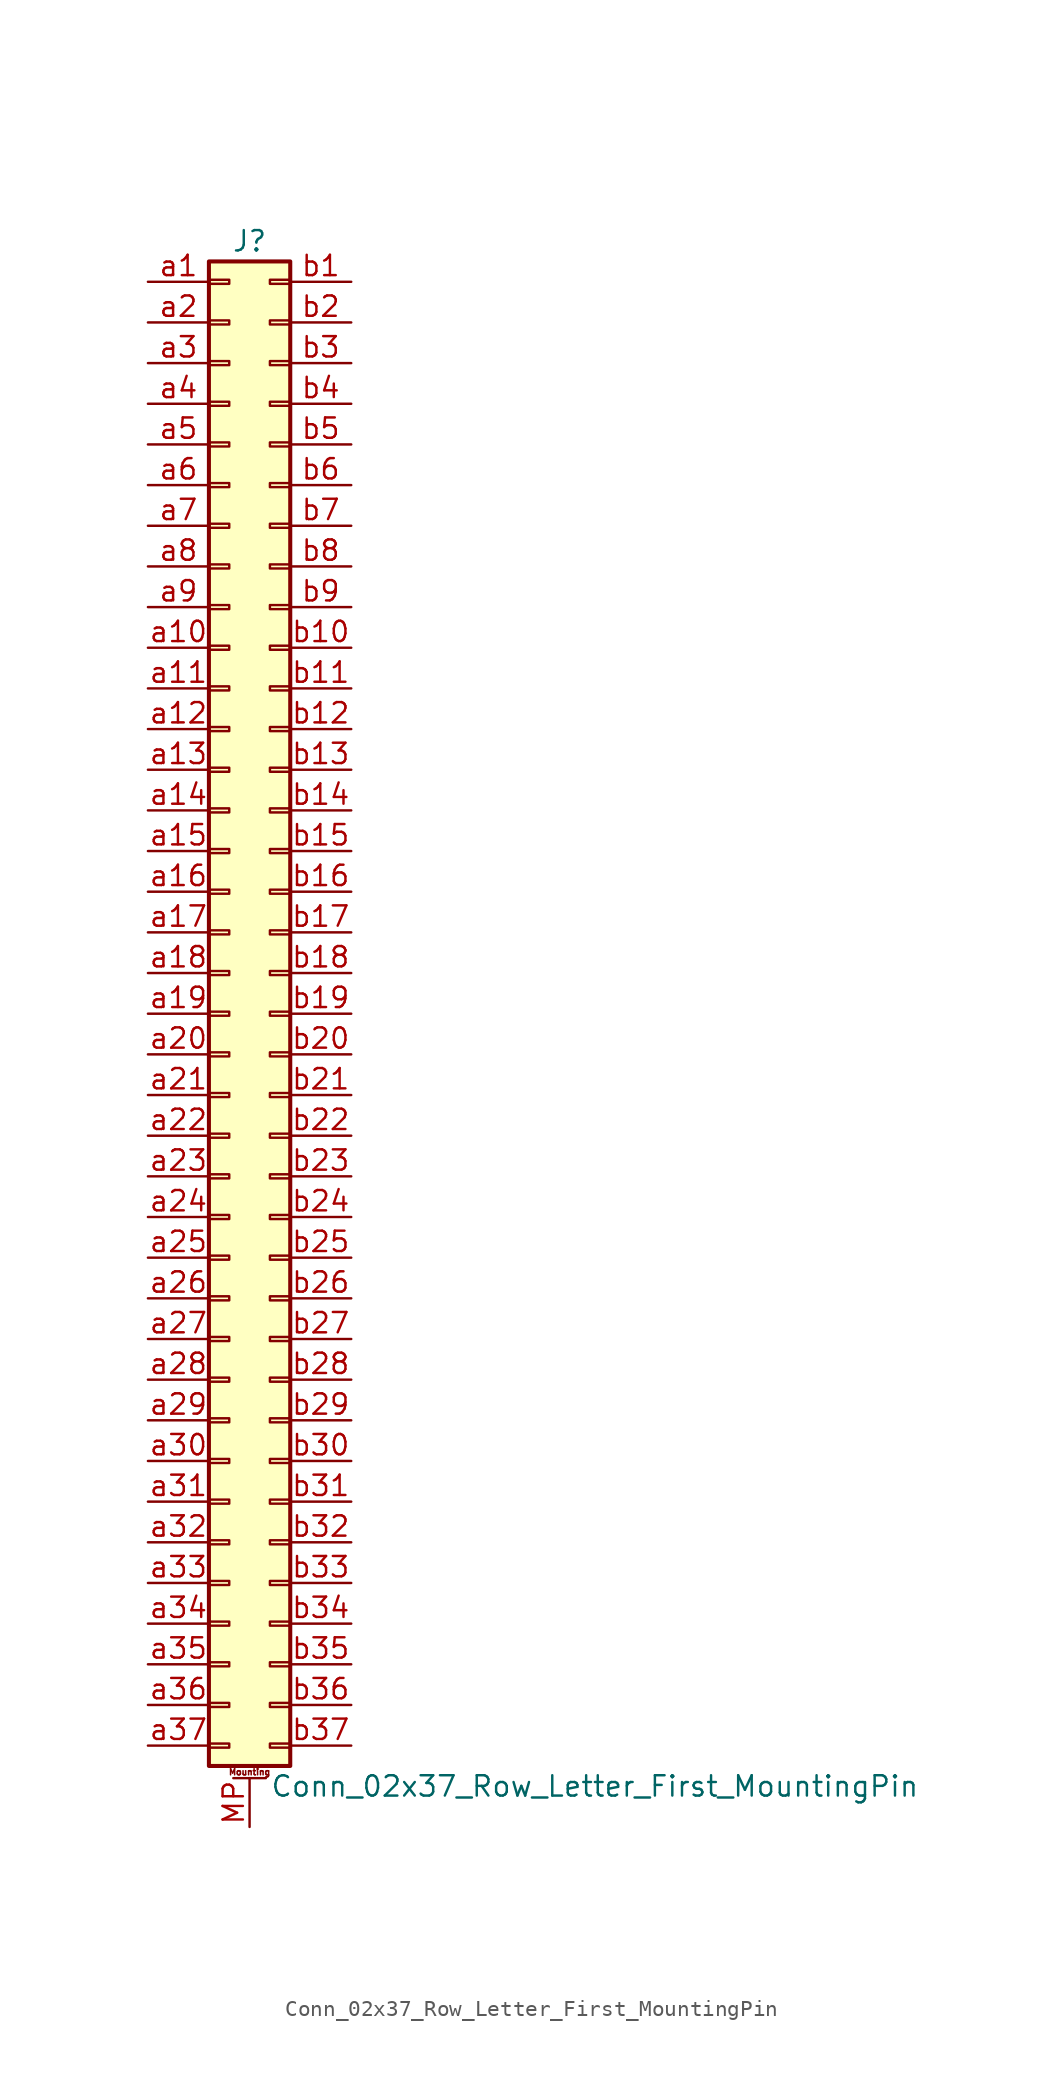
<source format=kicad_sym>
(kicad_symbol_lib
  (version 20201005)
  (generator kicad_symbol_editor)
  (symbol "Conn_02x37_Row_Letter_First_MountingPin"
    (pin_names
      (offset 1.016) hide)
    (property "Reference" "J"
      (at 1.27 48.26 0)
      (effects (font (size 1.27 1.27))))
    (property "Value" "Conn_02x37_Row_Letter_First_MountingPin"
      (at 2.54 -48.26 0)
      (effects (font (size 1.27 1.27)) (justify left)))
    (symbol "Conn_02x37_Row_Letter_First_MountingPin_1_1"
      (text "Mounting" (at 1.27 -47.371 0) (effects (font (size 0.381 0.381))))
      (rectangle (start -1.27 -45.593) (end 0 -45.847) (stroke (width 0.152)) (fill (type none)))
      (rectangle (start -1.27 -43.053) (end 0 -43.307) (stroke (width 0.152)) (fill (type none)))
      (rectangle (start -1.27 -40.513) (end 0 -40.767) (stroke (width 0.152)) (fill (type none)))
      (rectangle (start -1.27 -37.973) (end 0 -38.227) (stroke (width 0.152)) (fill (type none)))
      (rectangle (start -1.27 -35.433) (end 0 -35.687) (stroke (width 0.152)) (fill (type none)))
      (rectangle (start -1.27 -32.893) (end 0 -33.147) (stroke (width 0.152)) (fill (type none)))
      (rectangle (start -1.27 -30.353) (end 0 -30.607) (stroke (width 0.152)) (fill (type none)))
      (rectangle (start -1.27 -27.813) (end 0 -28.067) (stroke (width 0.152)) (fill (type none)))
      (rectangle (start -1.27 -25.273) (end 0 -25.527) (stroke (width 0.152)) (fill (type none)))
      (rectangle (start -1.27 -22.733) (end 0 -22.987) (stroke (width 0.152)) (fill (type none)))
      (rectangle (start -1.27 -20.193) (end 0 -20.447) (stroke (width 0.152)) (fill (type none)))
      (rectangle (start -1.27 -17.653) (end 0 -17.907) (stroke (width 0.152)) (fill (type none)))
      (rectangle (start -1.27 -15.113) (end 0 -15.367) (stroke (width 0.152)) (fill (type none)))
      (rectangle (start -1.27 -12.573) (end 0 -12.827) (stroke (width 0.152)) (fill (type none)))
      (rectangle (start -1.27 -10.033) (end 0 -10.287) (stroke (width 0.152)) (fill (type none)))
      (rectangle (start -1.27 -7.493) (end 0 -7.747) (stroke (width 0.152)) (fill (type none)))
      (rectangle (start -1.27 -4.953) (end 0 -5.207) (stroke (width 0.152)) (fill (type none)))
      (rectangle (start -1.27 -2.413) (end 0 -2.667) (stroke (width 0.152)) (fill (type none)))
      (rectangle (start -1.27 0.127) (end 0 -0.127) (stroke (width 0.152)) (fill (type none)))
      (rectangle (start -1.27 2.667) (end 0 2.413) (stroke (width 0.152)) (fill (type none)))
      (rectangle (start -1.27 5.207) (end 0 4.953) (stroke (width 0.152)) (fill (type none)))
      (rectangle (start -1.27 7.747) (end 0 7.493) (stroke (width 0.152)) (fill (type none)))
      (rectangle (start -1.27 10.287) (end 0 10.033) (stroke (width 0.152)) (fill (type none)))
      (rectangle (start -1.27 12.827) (end 0 12.573) (stroke (width 0.152)) (fill (type none)))
      (rectangle (start -1.27 15.367) (end 0 15.113) (stroke (width 0.152)) (fill (type none)))
      (rectangle (start -1.27 17.907) (end 0 17.653) (stroke (width 0.152)) (fill (type none)))
      (rectangle (start -1.27 20.447) (end 0 20.193) (stroke (width 0.152)) (fill (type none)))
      (rectangle (start -1.27 22.987) (end 0 22.733) (stroke (width 0.152)) (fill (type none)))
      (rectangle (start -1.27 25.527) (end 0 25.273) (stroke (width 0.152)) (fill (type none)))
      (rectangle (start -1.27 28.067) (end 0 27.813) (stroke (width 0.152)) (fill (type none)))
      (rectangle (start -1.27 30.607) (end 0 30.353) (stroke (width 0.152)) (fill (type none)))
      (rectangle (start -1.27 33.147) (end 0 32.893) (stroke (width 0.152)) (fill (type none)))
      (rectangle (start -1.27 35.687) (end 0 35.433) (stroke (width 0.152)) (fill (type none)))
      (rectangle (start -1.27 38.227) (end 0 37.973) (stroke (width 0.152)) (fill (type none)))
      (rectangle (start -1.27 40.767) (end 0 40.513) (stroke (width 0.152)) (fill (type none)))
      (rectangle (start -1.27 43.307) (end 0 43.053) (stroke (width 0.152)) (fill (type none)))
      (rectangle (start -1.27 45.847) (end 0 45.593) (stroke (width 0.152)) (fill (type none)))
      (rectangle (start 3.81 -45.593) (end 2.54 -45.847) (stroke (width 0.152)) (fill (type none)))
      (rectangle (start 3.81 -43.053) (end 2.54 -43.307) (stroke (width 0.152)) (fill (type none)))
      (rectangle (start 3.81 -40.513) (end 2.54 -40.767) (stroke (width 0.152)) (fill (type none)))
      (rectangle (start 3.81 -37.973) (end 2.54 -38.227) (stroke (width 0.152)) (fill (type none)))
      (rectangle (start 3.81 -35.433) (end 2.54 -35.687) (stroke (width 0.152)) (fill (type none)))
      (rectangle (start 3.81 -32.893) (end 2.54 -33.147) (stroke (width 0.152)) (fill (type none)))
      (rectangle (start 3.81 -30.353) (end 2.54 -30.607) (stroke (width 0.152)) (fill (type none)))
      (rectangle (start 3.81 -27.813) (end 2.54 -28.067) (stroke (width 0.152)) (fill (type none)))
      (rectangle (start 3.81 -25.273) (end 2.54 -25.527) (stroke (width 0.152)) (fill (type none)))
      (rectangle (start 3.81 -22.733) (end 2.54 -22.987) (stroke (width 0.152)) (fill (type none)))
      (rectangle (start 3.81 -20.193) (end 2.54 -20.447) (stroke (width 0.152)) (fill (type none)))
      (rectangle (start 3.81 -17.653) (end 2.54 -17.907) (stroke (width 0.152)) (fill (type none)))
      (rectangle (start 3.81 -15.113) (end 2.54 -15.367) (stroke (width 0.152)) (fill (type none)))
      (rectangle (start 3.81 -12.573) (end 2.54 -12.827) (stroke (width 0.152)) (fill (type none)))
      (rectangle (start 3.81 -10.033) (end 2.54 -10.287) (stroke (width 0.152)) (fill (type none)))
      (rectangle (start 3.81 -7.493) (end 2.54 -7.747) (stroke (width 0.152)) (fill (type none)))
      (rectangle (start 3.81 -4.953) (end 2.54 -5.207) (stroke (width 0.152)) (fill (type none)))
      (rectangle (start 3.81 -2.413) (end 2.54 -2.667) (stroke (width 0.152)) (fill (type none)))
      (rectangle (start 3.81 0.127) (end 2.54 -0.127) (stroke (width 0.152)) (fill (type none)))
      (rectangle (start 3.81 2.667) (end 2.54 2.413) (stroke (width 0.152)) (fill (type none)))
      (rectangle (start 3.81 5.207) (end 2.54 4.953) (stroke (width 0.152)) (fill (type none)))
      (rectangle (start 3.81 7.747) (end 2.54 7.493) (stroke (width 0.152)) (fill (type none)))
      (rectangle (start 3.81 10.287) (end 2.54 10.033) (stroke (width 0.152)) (fill (type none)))
      (rectangle (start 3.81 12.827) (end 2.54 12.573) (stroke (width 0.152)) (fill (type none)))
      (rectangle (start 3.81 15.367) (end 2.54 15.113) (stroke (width 0.152)) (fill (type none)))
      (rectangle (start 3.81 17.907) (end 2.54 17.653) (stroke (width 0.152)) (fill (type none)))
      (rectangle (start 3.81 20.447) (end 2.54 20.193) (stroke (width 0.152)) (fill (type none)))
      (rectangle (start 3.81 22.987) (end 2.54 22.733) (stroke (width 0.152)) (fill (type none)))
      (rectangle (start 3.81 25.527) (end 2.54 25.273) (stroke (width 0.152)) (fill (type none)))
      (rectangle (start 3.81 28.067) (end 2.54 27.813) (stroke (width 0.152)) (fill (type none)))
      (rectangle (start 3.81 30.607) (end 2.54 30.353) (stroke (width 0.152)) (fill (type none)))
      (rectangle (start 3.81 33.147) (end 2.54 32.893) (stroke (width 0.152)) (fill (type none)))
      (rectangle (start 3.81 35.687) (end 2.54 35.433) (stroke (width 0.152)) (fill (type none)))
      (rectangle (start 3.81 38.227) (end 2.54 37.973) (stroke (width 0.152)) (fill (type none)))
      (rectangle (start 3.81 40.767) (end 2.54 40.513) (stroke (width 0.152)) (fill (type none)))
      (rectangle (start 3.81 43.307) (end 2.54 43.053) (stroke (width 0.152)) (fill (type none)))
      (rectangle (start 3.81 45.847) (end 2.54 45.593) (stroke (width 0.152)) (fill (type none)))
      (rectangle (start -1.27 46.99) (end 3.81 -46.99) (stroke (width 0.254)) (fill (type background)))
      (polyline (pts (xy 0.254 -47.752) (xy 2.286 -47.752)) (stroke (width 0.152)) (fill (type none)))
      (pin passive line (at 1.27 -50.8 90) (length 3.048) (name "MountPin" (effects (font (size 1.27 1.27)))) (number "MP" (effects (font (size 1.27 1.27)))))
      (pin passive line (at -5.08 45.72 0) (length 3.81) (name "Pin_a1" (effects (font (size 1.27 1.27)))) (number "a1" (effects (font (size 1.27 1.27)))))
      (pin passive line (at -5.08 22.86 0) (length 3.81) (name "Pin_a10" (effects (font (size 1.27 1.27)))) (number "a10" (effects (font (size 1.27 1.27)))))
      (pin passive line (at -5.08 20.32 0) (length 3.81) (name "Pin_a11" (effects (font (size 1.27 1.27)))) (number "a11" (effects (font (size 1.27 1.27)))))
      (pin passive line (at -5.08 17.78 0) (length 3.81) (name "Pin_a12" (effects (font (size 1.27 1.27)))) (number "a12" (effects (font (size 1.27 1.27)))))
      (pin passive line (at -5.08 15.24 0) (length 3.81) (name "Pin_a13" (effects (font (size 1.27 1.27)))) (number "a13" (effects (font (size 1.27 1.27)))))
      (pin passive line (at -5.08 12.7 0) (length 3.81) (name "Pin_a14" (effects (font (size 1.27 1.27)))) (number "a14" (effects (font (size 1.27 1.27)))))
      (pin passive line (at -5.08 10.16 0) (length 3.81) (name "Pin_a15" (effects (font (size 1.27 1.27)))) (number "a15" (effects (font (size 1.27 1.27)))))
      (pin passive line (at -5.08 7.62 0) (length 3.81) (name "Pin_a16" (effects (font (size 1.27 1.27)))) (number "a16" (effects (font (size 1.27 1.27)))))
      (pin passive line (at -5.08 5.08 0) (length 3.81) (name "Pin_a17" (effects (font (size 1.27 1.27)))) (number "a17" (effects (font (size 1.27 1.27)))))
      (pin passive line (at -5.08 2.54 0) (length 3.81) (name "Pin_a18" (effects (font (size 1.27 1.27)))) (number "a18" (effects (font (size 1.27 1.27)))))
      (pin passive line (at -5.08 0 0) (length 3.81) (name "Pin_a19" (effects (font (size 1.27 1.27)))) (number "a19" (effects (font (size 1.27 1.27)))))
      (pin passive line (at -5.08 43.18 0) (length 3.81) (name "Pin_a2" (effects (font (size 1.27 1.27)))) (number "a2" (effects (font (size 1.27 1.27)))))
      (pin passive line (at -5.08 -2.54 0) (length 3.81) (name "Pin_a20" (effects (font (size 1.27 1.27)))) (number "a20" (effects (font (size 1.27 1.27)))))
      (pin passive line (at -5.08 -5.08 0) (length 3.81) (name "Pin_a21" (effects (font (size 1.27 1.27)))) (number "a21" (effects (font (size 1.27 1.27)))))
      (pin passive line (at -5.08 -7.62 0) (length 3.81) (name "Pin_a22" (effects (font (size 1.27 1.27)))) (number "a22" (effects (font (size 1.27 1.27)))))
      (pin passive line (at -5.08 -10.16 0) (length 3.81) (name "Pin_a23" (effects (font (size 1.27 1.27)))) (number "a23" (effects (font (size 1.27 1.27)))))
      (pin passive line (at -5.08 -12.7 0) (length 3.81) (name "Pin_a24" (effects (font (size 1.27 1.27)))) (number "a24" (effects (font (size 1.27 1.27)))))
      (pin passive line (at -5.08 -15.24 0) (length 3.81) (name "Pin_a25" (effects (font (size 1.27 1.27)))) (number "a25" (effects (font (size 1.27 1.27)))))
      (pin passive line (at -5.08 -17.78 0) (length 3.81) (name "Pin_a26" (effects (font (size 1.27 1.27)))) (number "a26" (effects (font (size 1.27 1.27)))))
      (pin passive line (at -5.08 -20.32 0) (length 3.81) (name "Pin_a27" (effects (font (size 1.27 1.27)))) (number "a27" (effects (font (size 1.27 1.27)))))
      (pin passive line (at -5.08 -22.86 0) (length 3.81) (name "Pin_a28" (effects (font (size 1.27 1.27)))) (number "a28" (effects (font (size 1.27 1.27)))))
      (pin passive line (at -5.08 -25.4 0) (length 3.81) (name "Pin_a29" (effects (font (size 1.27 1.27)))) (number "a29" (effects (font (size 1.27 1.27)))))
      (pin passive line (at -5.08 40.64 0) (length 3.81) (name "Pin_a3" (effects (font (size 1.27 1.27)))) (number "a3" (effects (font (size 1.27 1.27)))))
      (pin passive line (at -5.08 -27.94 0) (length 3.81) (name "Pin_a30" (effects (font (size 1.27 1.27)))) (number "a30" (effects (font (size 1.27 1.27)))))
      (pin passive line (at -5.08 -30.48 0) (length 3.81) (name "Pin_a31" (effects (font (size 1.27 1.27)))) (number "a31" (effects (font (size 1.27 1.27)))))
      (pin passive line (at -5.08 -33.02 0) (length 3.81) (name "Pin_a32" (effects (font (size 1.27 1.27)))) (number "a32" (effects (font (size 1.27 1.27)))))
      (pin passive line (at -5.08 -35.56 0) (length 3.81) (name "Pin_a33" (effects (font (size 1.27 1.27)))) (number "a33" (effects (font (size 1.27 1.27)))))
      (pin passive line (at -5.08 -38.1 0) (length 3.81) (name "Pin_a34" (effects (font (size 1.27 1.27)))) (number "a34" (effects (font (size 1.27 1.27)))))
      (pin passive line (at -5.08 -40.64 0) (length 3.81) (name "Pin_a35" (effects (font (size 1.27 1.27)))) (number "a35" (effects (font (size 1.27 1.27)))))
      (pin passive line (at -5.08 -43.18 0) (length 3.81) (name "Pin_a36" (effects (font (size 1.27 1.27)))) (number "a36" (effects (font (size 1.27 1.27)))))
      (pin passive line (at -5.08 -45.72 0) (length 3.81) (name "Pin_a37" (effects (font (size 1.27 1.27)))) (number "a37" (effects (font (size 1.27 1.27)))))
      (pin passive line (at -5.08 38.1 0) (length 3.81) (name "Pin_a4" (effects (font (size 1.27 1.27)))) (number "a4" (effects (font (size 1.27 1.27)))))
      (pin passive line (at -5.08 35.56 0) (length 3.81) (name "Pin_a5" (effects (font (size 1.27 1.27)))) (number "a5" (effects (font (size 1.27 1.27)))))
      (pin passive line (at -5.08 33.02 0) (length 3.81) (name "Pin_a6" (effects (font (size 1.27 1.27)))) (number "a6" (effects (font (size 1.27 1.27)))))
      (pin passive line (at -5.08 30.48 0) (length 3.81) (name "Pin_a7" (effects (font (size 1.27 1.27)))) (number "a7" (effects (font (size 1.27 1.27)))))
      (pin passive line (at -5.08 27.94 0) (length 3.81) (name "Pin_a8" (effects (font (size 1.27 1.27)))) (number "a8" (effects (font (size 1.27 1.27)))))
      (pin passive line (at -5.08 25.4 0) (length 3.81) (name "Pin_a9" (effects (font (size 1.27 1.27)))) (number "a9" (effects (font (size 1.27 1.27)))))
      (pin passive line (at 7.62 45.72 180) (length 3.81) (name "Pin_b1" (effects (font (size 1.27 1.27)))) (number "b1" (effects (font (size 1.27 1.27)))))
      (pin passive line (at 7.62 22.86 180) (length 3.81) (name "Pin_b10" (effects (font (size 1.27 1.27)))) (number "b10" (effects (font (size 1.27 1.27)))))
      (pin passive line (at 7.62 20.32 180) (length 3.81) (name "Pin_b11" (effects (font (size 1.27 1.27)))) (number "b11" (effects (font (size 1.27 1.27)))))
      (pin passive line (at 7.62 17.78 180) (length 3.81) (name "Pin_b12" (effects (font (size 1.27 1.27)))) (number "b12" (effects (font (size 1.27 1.27)))))
      (pin passive line (at 7.62 15.24 180) (length 3.81) (name "Pin_b13" (effects (font (size 1.27 1.27)))) (number "b13" (effects (font (size 1.27 1.27)))))
      (pin passive line (at 7.62 12.7 180) (length 3.81) (name "Pin_b14" (effects (font (size 1.27 1.27)))) (number "b14" (effects (font (size 1.27 1.27)))))
      (pin passive line (at 7.62 10.16 180) (length 3.81) (name "Pin_b15" (effects (font (size 1.27 1.27)))) (number "b15" (effects (font (size 1.27 1.27)))))
      (pin passive line (at 7.62 7.62 180) (length 3.81) (name "Pin_b16" (effects (font (size 1.27 1.27)))) (number "b16" (effects (font (size 1.27 1.27)))))
      (pin passive line (at 7.62 5.08 180) (length 3.81) (name "Pin_b17" (effects (font (size 1.27 1.27)))) (number "b17" (effects (font (size 1.27 1.27)))))
      (pin passive line (at 7.62 2.54 180) (length 3.81) (name "Pin_b18" (effects (font (size 1.27 1.27)))) (number "b18" (effects (font (size 1.27 1.27)))))
      (pin passive line (at 7.62 0 180) (length 3.81) (name "Pin_b19" (effects (font (size 1.27 1.27)))) (number "b19" (effects (font (size 1.27 1.27)))))
      (pin passive line (at 7.62 43.18 180) (length 3.81) (name "Pin_b2" (effects (font (size 1.27 1.27)))) (number "b2" (effects (font (size 1.27 1.27)))))
      (pin passive line (at 7.62 -2.54 180) (length 3.81) (name "Pin_b20" (effects (font (size 1.27 1.27)))) (number "b20" (effects (font (size 1.27 1.27)))))
      (pin passive line (at 7.62 -5.08 180) (length 3.81) (name "Pin_b21" (effects (font (size 1.27 1.27)))) (number "b21" (effects (font (size 1.27 1.27)))))
      (pin passive line (at 7.62 -7.62 180) (length 3.81) (name "Pin_b22" (effects (font (size 1.27 1.27)))) (number "b22" (effects (font (size 1.27 1.27)))))
      (pin passive line (at 7.62 -10.16 180) (length 3.81) (name "Pin_b23" (effects (font (size 1.27 1.27)))) (number "b23" (effects (font (size 1.27 1.27)))))
      (pin passive line (at 7.62 -12.7 180) (length 3.81) (name "Pin_b24" (effects (font (size 1.27 1.27)))) (number "b24" (effects (font (size 1.27 1.27)))))
      (pin passive line (at 7.62 -15.24 180) (length 3.81) (name "Pin_b25" (effects (font (size 1.27 1.27)))) (number "b25" (effects (font (size 1.27 1.27)))))
      (pin passive line (at 7.62 -17.78 180) (length 3.81) (name "Pin_b26" (effects (font (size 1.27 1.27)))) (number "b26" (effects (font (size 1.27 1.27)))))
      (pin passive line (at 7.62 -20.32 180) (length 3.81) (name "Pin_b27" (effects (font (size 1.27 1.27)))) (number "b27" (effects (font (size 1.27 1.27)))))
      (pin passive line (at 7.62 -22.86 180) (length 3.81) (name "Pin_b28" (effects (font (size 1.27 1.27)))) (number "b28" (effects (font (size 1.27 1.27)))))
      (pin passive line (at 7.62 -25.4 180) (length 3.81) (name "Pin_b29" (effects (font (size 1.27 1.27)))) (number "b29" (effects (font (size 1.27 1.27)))))
      (pin passive line (at 7.62 40.64 180) (length 3.81) (name "Pin_b3" (effects (font (size 1.27 1.27)))) (number "b3" (effects (font (size 1.27 1.27)))))
      (pin passive line (at 7.62 -27.94 180) (length 3.81) (name "Pin_b30" (effects (font (size 1.27 1.27)))) (number "b30" (effects (font (size 1.27 1.27)))))
      (pin passive line (at 7.62 -30.48 180) (length 3.81) (name "Pin_b31" (effects (font (size 1.27 1.27)))) (number "b31" (effects (font (size 1.27 1.27)))))
      (pin passive line (at 7.62 -33.02 180) (length 3.81) (name "Pin_b32" (effects (font (size 1.27 1.27)))) (number "b32" (effects (font (size 1.27 1.27)))))
      (pin passive line (at 7.62 -35.56 180) (length 3.81) (name "Pin_b33" (effects (font (size 1.27 1.27)))) (number "b33" (effects (font (size 1.27 1.27)))))
      (pin passive line (at 7.62 -38.1 180) (length 3.81) (name "Pin_b34" (effects (font (size 1.27 1.27)))) (number "b34" (effects (font (size 1.27 1.27)))))
      (pin passive line (at 7.62 -40.64 180) (length 3.81) (name "Pin_b35" (effects (font (size 1.27 1.27)))) (number "b35" (effects (font (size 1.27 1.27)))))
      (pin passive line (at 7.62 -43.18 180) (length 3.81) (name "Pin_b36" (effects (font (size 1.27 1.27)))) (number "b36" (effects (font (size 1.27 1.27)))))
      (pin passive line (at 7.62 -45.72 180) (length 3.81) (name "Pin_b37" (effects (font (size 1.27 1.27)))) (number "b37" (effects (font (size 1.27 1.27)))))
      (pin passive line (at 7.62 38.1 180) (length 3.81) (name "Pin_b4" (effects (font (size 1.27 1.27)))) (number "b4" (effects (font (size 1.27 1.27)))))
      (pin passive line (at 7.62 35.56 180) (length 3.81) (name "Pin_b5" (effects (font (size 1.27 1.27)))) (number "b5" (effects (font (size 1.27 1.27)))))
      (pin passive line (at 7.62 33.02 180) (length 3.81) (name "Pin_b6" (effects (font (size 1.27 1.27)))) (number "b6" (effects (font (size 1.27 1.27)))))
      (pin passive line (at 7.62 30.48 180) (length 3.81) (name "Pin_b7" (effects (font (size 1.27 1.27)))) (number "b7" (effects (font (size 1.27 1.27)))))
      (pin passive line (at 7.62 27.94 180) (length 3.81) (name "Pin_b8" (effects (font (size 1.27 1.27)))) (number "b8" (effects (font (size 1.27 1.27)))))
      (pin passive line (at 7.62 25.4 180) (length 3.81) (name "Pin_b9" (effects (font (size 1.27 1.27)))) (number "b9" (effects (font (size 1.27 1.27))))))))
</source>
